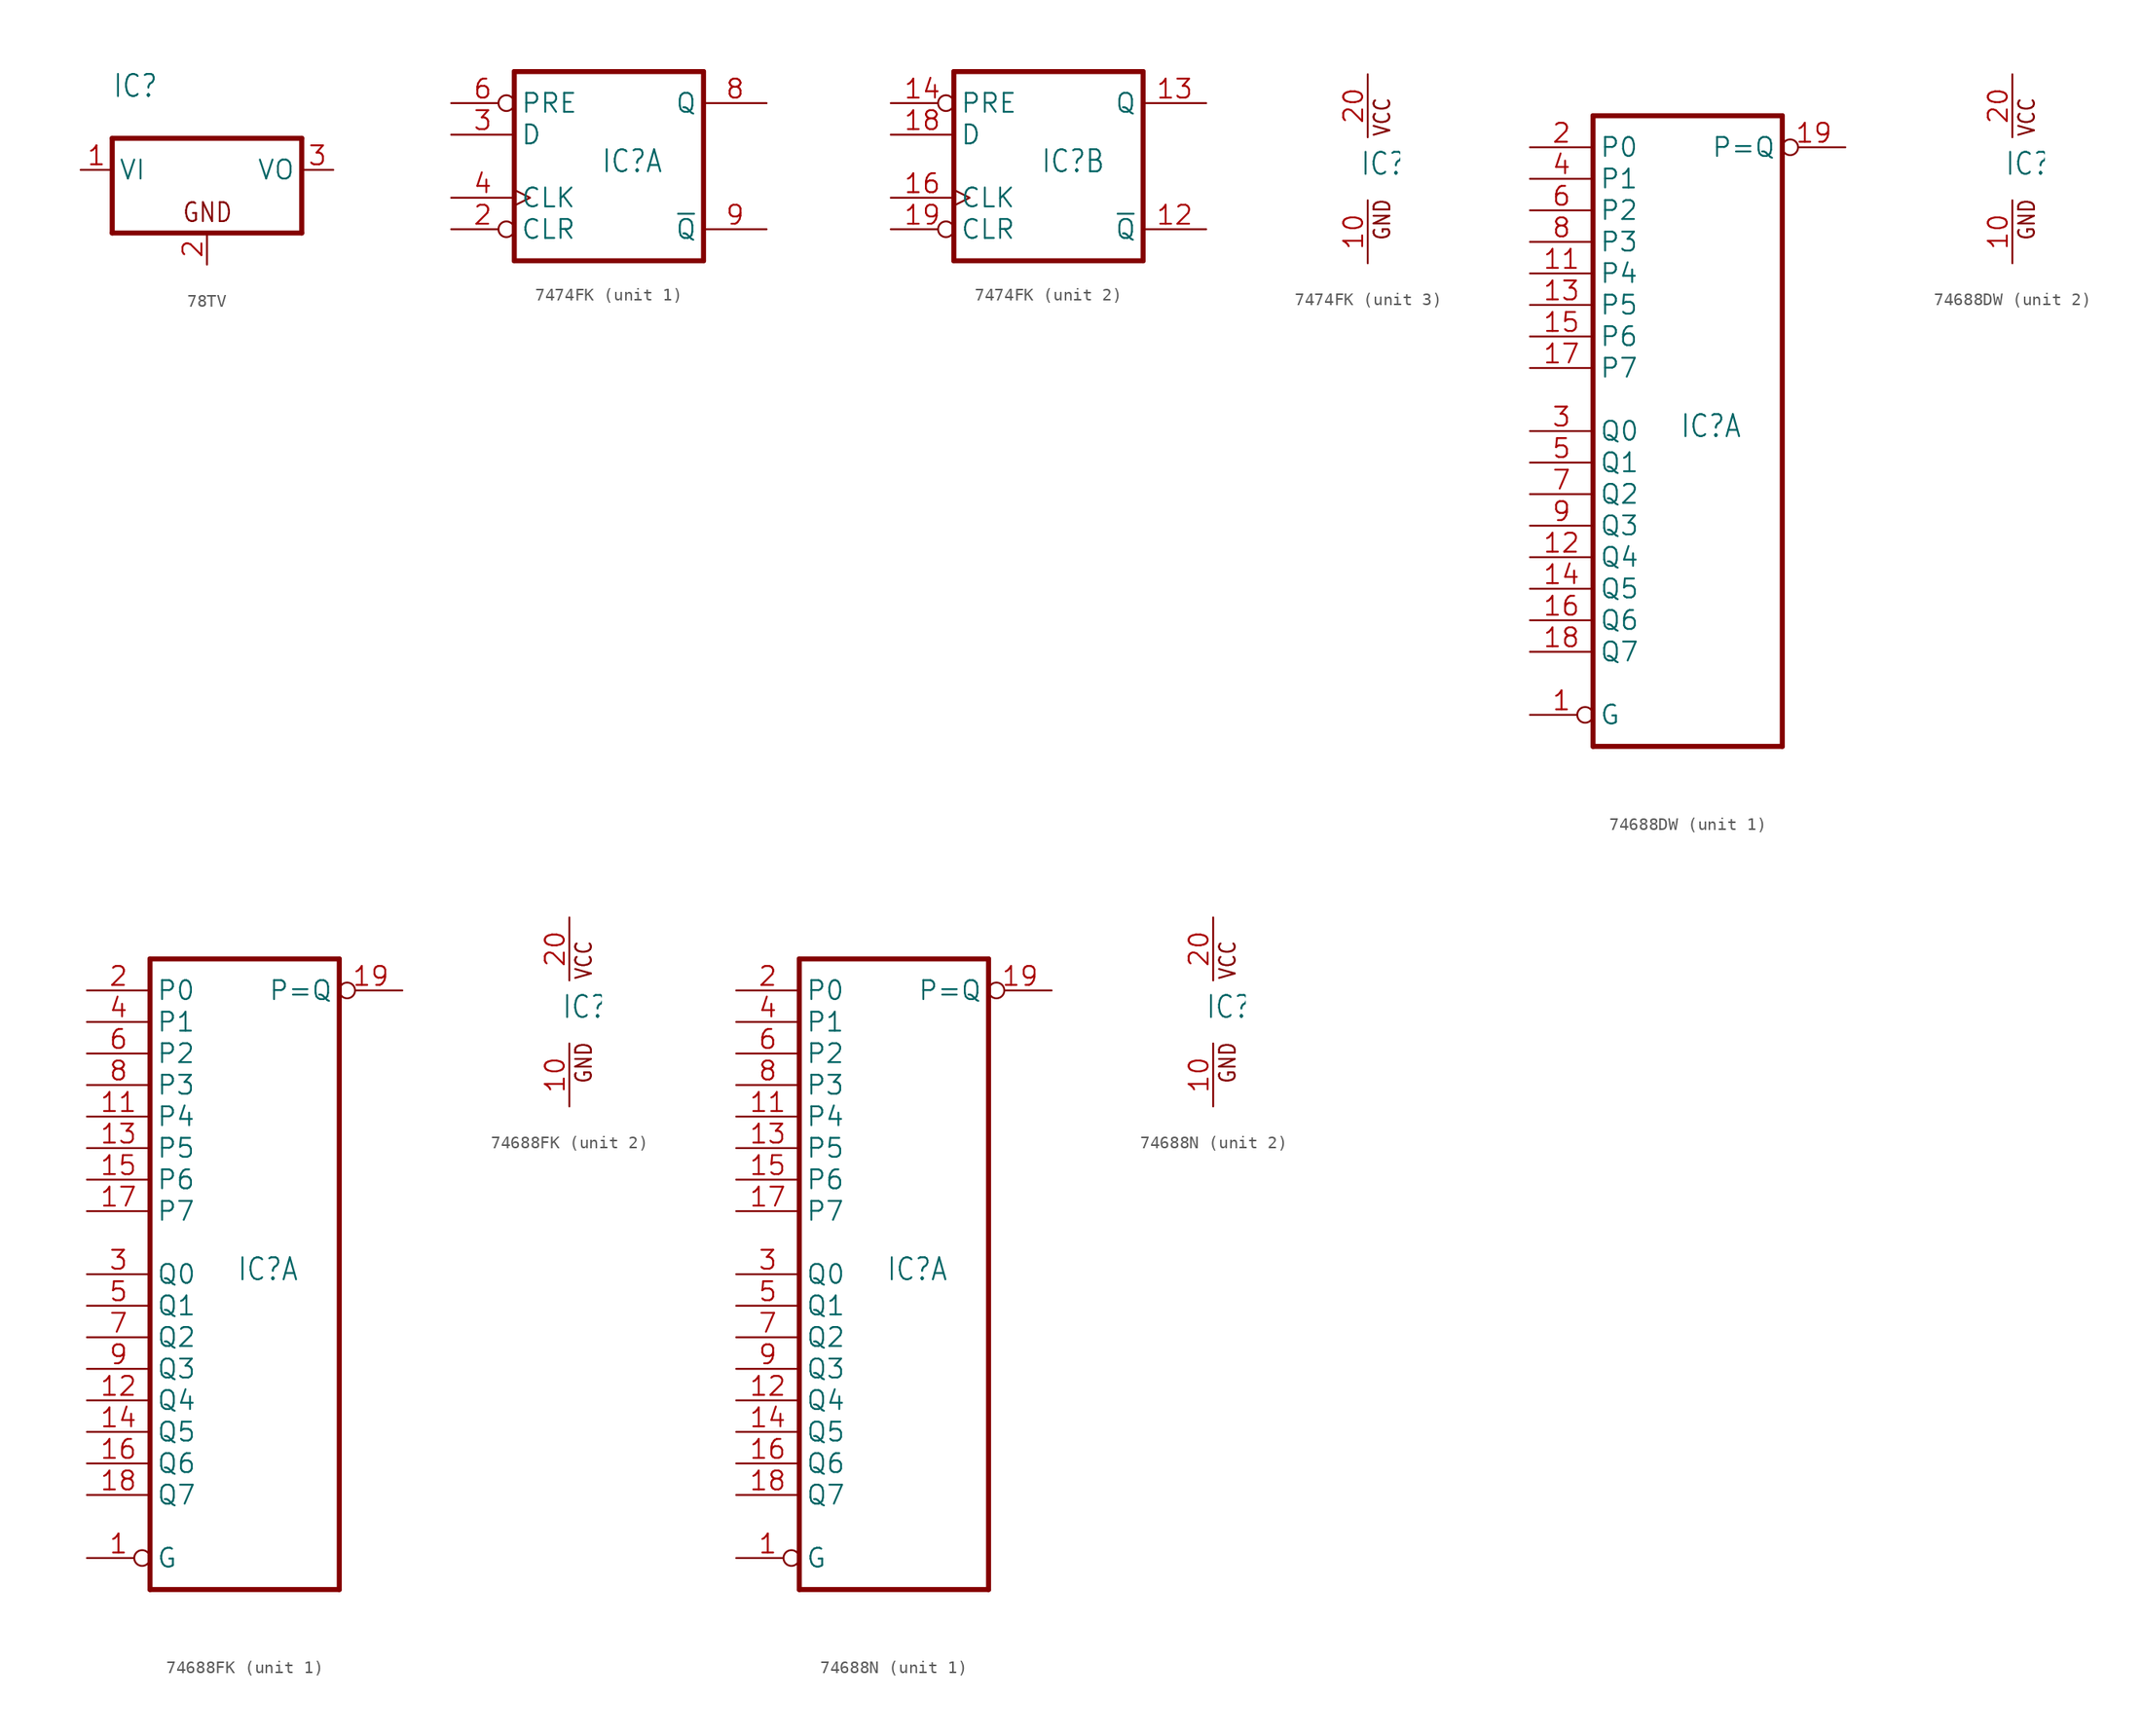
<source format=kicad_sym>
(kicad_symbol_lib
  (version 20241209)
  (generator "kicad_symbol_editor")
  (generator_version "9.0")
  (symbol "78TV"
    (property "Reference" "IC"
      (at -7.62 5.715 0)
      (effects (font (size 1.778 1.511)) (justify left bottom)))
    (property "Value" ""
      (at -7.62 3.175 0)
      (effects (font (size 1.778 1.511)) (justify left bottom)))
    (property "ki_locked" ""
      (at 0 0 0)
      (effects (font (size 1.27 1.27))))
    (symbol "78TV_1_0"
      (polyline (pts (xy -7.62 2.54) (xy -7.62 -5.08)) (stroke (width 0.406) (type solid)) (fill (type none)))
      (polyline (pts (xy -7.62 -5.08) (xy 7.62 -5.08)) (stroke (width 0.406) (type solid)) (fill (type none)))
      (polyline (pts (xy 7.62 2.54) (xy -7.62 2.54)) (stroke (width 0.406) (type solid)) (fill (type none)))
      (polyline (pts (xy 7.62 -5.08) (xy 7.62 2.54)) (stroke (width 0.406) (type solid)) (fill (type none)))
      (text "GND" (at -2.032 -4.318 0) (effects (font (size 1.524 1.295)) (justify left bottom)))
      (pin input line (at -10.16 0 0) (length 2.54) (name "VI" (effects (font (size 1.524 1.524)))) (number "1" (effects (font (size 1.524 1.524)))))
      (pin passive line (at 0 -7.62 90) (length 2.54) (name "GND" (effects (font (size 0 0)))) (number "2" (effects (font (size 1.524 1.524)))))
      (pin passive line (at 10.16 0 180) (length 2.54) (name "VO" (effects (font (size 1.524 1.524)))) (number "3" (effects (font (size 1.524 1.524)))))))
  (symbol "7474FK"
    (property "Reference" "IC"
      (at -0.635 -0.635 0)
      (effects (font (size 1.778 1.511)) (justify left bottom)))
    (property "ki_locked" ""
      (at 0 0 0)
      (effects (font (size 1.27 1.27))))
    (symbol "7474FK_1_0"
      (polyline (pts (xy -7.62 7.62) (xy -7.62 -7.62)) (stroke (width 0.406) (type solid)) (fill (type none)))
      (polyline (pts (xy -7.62 -7.62) (xy 7.62 -7.62)) (stroke (width 0.406) (type solid)) (fill (type none)))
      (polyline (pts (xy 7.62 7.62) (xy -7.62 7.62)) (stroke (width 0.406) (type solid)) (fill (type none)))
      (polyline (pts (xy 7.62 -7.62) (xy 7.62 7.62)) (stroke (width 0.406) (type solid)) (fill (type none)))
      (pin input inverted (at -12.7 5.08 0) (length 5.08) (name "PRE" (effects (font (size 1.524 1.524)))) (number "6" (effects (font (size 1.524 1.524)))))
      (pin input line (at -12.7 2.54 0) (length 5.08) (name "D" (effects (font (size 1.524 1.524)))) (number "3" (effects (font (size 1.524 1.524)))))
      (pin input clock (at -12.7 -2.54 0) (length 5.08) (name "CLK" (effects (font (size 1.524 1.524)))) (number "4" (effects (font (size 1.524 1.524)))))
      (pin input inverted (at -12.7 -5.08 0) (length 5.08) (name "CLR" (effects (font (size 1.524 1.524)))) (number "2" (effects (font (size 1.524 1.524)))))
      (pin output line (at 12.7 5.08 180) (length 5.08) (name "Q" (effects (font (size 1.524 1.524)))) (number "8" (effects (font (size 1.524 1.524)))))
      (pin output line (at 12.7 -5.08 180) (length 5.08) (name "~{Q}" (effects (font (size 1.524 1.524)))) (number "9" (effects (font (size 1.524 1.524))))))
    (symbol "7474FK_2_0"
      (polyline (pts (xy -7.62 7.62) (xy -7.62 -7.62)) (stroke (width 0.406) (type solid)) (fill (type none)))
      (polyline (pts (xy -7.62 -7.62) (xy 7.62 -7.62)) (stroke (width 0.406) (type solid)) (fill (type none)))
      (polyline (pts (xy 7.62 7.62) (xy -7.62 7.62)) (stroke (width 0.406) (type solid)) (fill (type none)))
      (polyline (pts (xy 7.62 -7.62) (xy 7.62 7.62)) (stroke (width 0.406) (type solid)) (fill (type none)))
      (pin input inverted (at -12.7 5.08 0) (length 5.08) (name "PRE" (effects (font (size 1.524 1.524)))) (number "14" (effects (font (size 1.524 1.524)))))
      (pin input line (at -12.7 2.54 0) (length 5.08) (name "D" (effects (font (size 1.524 1.524)))) (number "18" (effects (font (size 1.524 1.524)))))
      (pin input clock (at -12.7 -2.54 0) (length 5.08) (name "CLK" (effects (font (size 1.524 1.524)))) (number "16" (effects (font (size 1.524 1.524)))))
      (pin input inverted (at -12.7 -5.08 0) (length 5.08) (name "CLR" (effects (font (size 1.524 1.524)))) (number "19" (effects (font (size 1.524 1.524)))))
      (pin output line (at 12.7 5.08 180) (length 5.08) (name "Q" (effects (font (size 1.524 1.524)))) (number "13" (effects (font (size 1.524 1.524)))))
      (pin output line (at 12.7 -5.08 180) (length 5.08) (name "~{Q}" (effects (font (size 1.524 1.524)))) (number "12" (effects (font (size 1.524 1.524))))))
    (symbol "7474FK_3_0"
      (text "VCC" (at 1.905 2.54 900) (effects (font (size 1.27 1.079)) (justify left bottom)))
      (text "GND" (at 1.905 -5.842 900) (effects (font (size 1.27 1.079)) (justify left bottom)))
      (pin power_in line (at 0 7.62 270) (length 5.08) (name "VCC" (effects (font (size 0 0)))) (number "20" (effects (font (size 1.524 1.524)))))
      (pin power_in line (at 0 -7.62 90) (length 5.08) (name "GND" (effects (font (size 0 0)))) (number "10" (effects (font (size 1.524 1.524)))))))
  (symbol "74688DW"
    (property "Reference" "IC"
      (at -0.635 -0.635 0)
      (effects (font (size 1.778 1.511)) (justify left bottom)))
    (property "ki_locked" ""
      (at 0 0 0)
      (effects (font (size 1.27 1.27))))
    (symbol "74688DW_1_0"
      (polyline (pts (xy -7.62 25.4) (xy -7.62 -25.4)) (stroke (width 0.406) (type solid)) (fill (type none)))
      (polyline (pts (xy -7.62 -25.4) (xy 7.62 -25.4)) (stroke (width 0.406) (type solid)) (fill (type none)))
      (polyline (pts (xy 7.62 25.4) (xy -7.62 25.4)) (stroke (width 0.406) (type solid)) (fill (type none)))
      (polyline (pts (xy 7.62 -25.4) (xy 7.62 25.4)) (stroke (width 0.406) (type solid)) (fill (type none)))
      (pin input line (at -12.7 22.86 0) (length 5.08) (name "P0" (effects (font (size 1.524 1.524)))) (number "2" (effects (font (size 1.524 1.524)))))
      (pin input line (at -12.7 20.32 0) (length 5.08) (name "P1" (effects (font (size 1.524 1.524)))) (number "4" (effects (font (size 1.524 1.524)))))
      (pin input line (at -12.7 17.78 0) (length 5.08) (name "P2" (effects (font (size 1.524 1.524)))) (number "6" (effects (font (size 1.524 1.524)))))
      (pin input line (at -12.7 15.24 0) (length 5.08) (name "P3" (effects (font (size 1.524 1.524)))) (number "8" (effects (font (size 1.524 1.524)))))
      (pin input line (at -12.7 12.7 0) (length 5.08) (name "P4" (effects (font (size 1.524 1.524)))) (number "11" (effects (font (size 1.524 1.524)))))
      (pin input line (at -12.7 10.16 0) (length 5.08) (name "P5" (effects (font (size 1.524 1.524)))) (number "13" (effects (font (size 1.524 1.524)))))
      (pin input line (at -12.7 7.62 0) (length 5.08) (name "P6" (effects (font (size 1.524 1.524)))) (number "15" (effects (font (size 1.524 1.524)))))
      (pin input line (at -12.7 5.08 0) (length 5.08) (name "P7" (effects (font (size 1.524 1.524)))) (number "17" (effects (font (size 1.524 1.524)))))
      (pin input line (at -12.7 0 0) (length 5.08) (name "Q0" (effects (font (size 1.524 1.524)))) (number "3" (effects (font (size 1.524 1.524)))))
      (pin input line (at -12.7 -2.54 0) (length 5.08) (name "Q1" (effects (font (size 1.524 1.524)))) (number "5" (effects (font (size 1.524 1.524)))))
      (pin input line (at -12.7 -5.08 0) (length 5.08) (name "Q2" (effects (font (size 1.524 1.524)))) (number "7" (effects (font (size 1.524 1.524)))))
      (pin input line (at -12.7 -7.62 0) (length 5.08) (name "Q3" (effects (font (size 1.524 1.524)))) (number "9" (effects (font (size 1.524 1.524)))))
      (pin input line (at -12.7 -10.16 0) (length 5.08) (name "Q4" (effects (font (size 1.524 1.524)))) (number "12" (effects (font (size 1.524 1.524)))))
      (pin input line (at -12.7 -12.7 0) (length 5.08) (name "Q5" (effects (font (size 1.524 1.524)))) (number "14" (effects (font (size 1.524 1.524)))))
      (pin input line (at -12.7 -15.24 0) (length 5.08) (name "Q6" (effects (font (size 1.524 1.524)))) (number "16" (effects (font (size 1.524 1.524)))))
      (pin input line (at -12.7 -17.78 0) (length 5.08) (name "Q7" (effects (font (size 1.524 1.524)))) (number "18" (effects (font (size 1.524 1.524)))))
      (pin input inverted (at -12.7 -22.86 0) (length 5.08) (name "G" (effects (font (size 1.524 1.524)))) (number "1" (effects (font (size 1.524 1.524)))))
      (pin output inverted (at 12.7 22.86 180) (length 5.08) (name "P=Q" (effects (font (size 1.524 1.524)))) (number "19" (effects (font (size 1.524 1.524))))))
    (symbol "74688DW_2_0"
      (text "VCC" (at 1.905 2.54 900) (effects (font (size 1.27 1.079)) (justify left bottom)))
      (text "GND" (at 1.905 -5.842 900) (effects (font (size 1.27 1.079)) (justify left bottom)))
      (pin power_in line (at 0 7.62 270) (length 5.08) (name "VCC" (effects (font (size 0 0)))) (number "20" (effects (font (size 1.524 1.524)))))
      (pin power_in line (at 0 -7.62 90) (length 5.08) (name "GND" (effects (font (size 0 0)))) (number "10" (effects (font (size 1.524 1.524)))))))
  (symbol "74688FK"
    (property "Reference" "IC"
      (at -0.635 -0.635 0)
      (effects (font (size 1.778 1.511)) (justify left bottom)))
    (property "ki_locked" ""
      (at 0 0 0)
      (effects (font (size 1.27 1.27))))
    (symbol "74688FK_1_0"
      (polyline (pts (xy -7.62 25.4) (xy -7.62 -25.4)) (stroke (width 0.406) (type solid)) (fill (type none)))
      (polyline (pts (xy -7.62 -25.4) (xy 7.62 -25.4)) (stroke (width 0.406) (type solid)) (fill (type none)))
      (polyline (pts (xy 7.62 25.4) (xy -7.62 25.4)) (stroke (width 0.406) (type solid)) (fill (type none)))
      (polyline (pts (xy 7.62 -25.4) (xy 7.62 25.4)) (stroke (width 0.406) (type solid)) (fill (type none)))
      (pin input line (at -12.7 22.86 0) (length 5.08) (name "P0" (effects (font (size 1.524 1.524)))) (number "2" (effects (font (size 1.524 1.524)))))
      (pin input line (at -12.7 20.32 0) (length 5.08) (name "P1" (effects (font (size 1.524 1.524)))) (number "4" (effects (font (size 1.524 1.524)))))
      (pin input line (at -12.7 17.78 0) (length 5.08) (name "P2" (effects (font (size 1.524 1.524)))) (number "6" (effects (font (size 1.524 1.524)))))
      (pin input line (at -12.7 15.24 0) (length 5.08) (name "P3" (effects (font (size 1.524 1.524)))) (number "8" (effects (font (size 1.524 1.524)))))
      (pin input line (at -12.7 12.7 0) (length 5.08) (name "P4" (effects (font (size 1.524 1.524)))) (number "11" (effects (font (size 1.524 1.524)))))
      (pin input line (at -12.7 10.16 0) (length 5.08) (name "P5" (effects (font (size 1.524 1.524)))) (number "13" (effects (font (size 1.524 1.524)))))
      (pin input line (at -12.7 7.62 0) (length 5.08) (name "P6" (effects (font (size 1.524 1.524)))) (number "15" (effects (font (size 1.524 1.524)))))
      (pin input line (at -12.7 5.08 0) (length 5.08) (name "P7" (effects (font (size 1.524 1.524)))) (number "17" (effects (font (size 1.524 1.524)))))
      (pin input line (at -12.7 0 0) (length 5.08) (name "Q0" (effects (font (size 1.524 1.524)))) (number "3" (effects (font (size 1.524 1.524)))))
      (pin input line (at -12.7 -2.54 0) (length 5.08) (name "Q1" (effects (font (size 1.524 1.524)))) (number "5" (effects (font (size 1.524 1.524)))))
      (pin input line (at -12.7 -5.08 0) (length 5.08) (name "Q2" (effects (font (size 1.524 1.524)))) (number "7" (effects (font (size 1.524 1.524)))))
      (pin input line (at -12.7 -7.62 0) (length 5.08) (name "Q3" (effects (font (size 1.524 1.524)))) (number "9" (effects (font (size 1.524 1.524)))))
      (pin input line (at -12.7 -10.16 0) (length 5.08) (name "Q4" (effects (font (size 1.524 1.524)))) (number "12" (effects (font (size 1.524 1.524)))))
      (pin input line (at -12.7 -12.7 0) (length 5.08) (name "Q5" (effects (font (size 1.524 1.524)))) (number "14" (effects (font (size 1.524 1.524)))))
      (pin input line (at -12.7 -15.24 0) (length 5.08) (name "Q6" (effects (font (size 1.524 1.524)))) (number "16" (effects (font (size 1.524 1.524)))))
      (pin input line (at -12.7 -17.78 0) (length 5.08) (name "Q7" (effects (font (size 1.524 1.524)))) (number "18" (effects (font (size 1.524 1.524)))))
      (pin input inverted (at -12.7 -22.86 0) (length 5.08) (name "G" (effects (font (size 1.524 1.524)))) (number "1" (effects (font (size 1.524 1.524)))))
      (pin output inverted (at 12.7 22.86 180) (length 5.08) (name "P=Q" (effects (font (size 1.524 1.524)))) (number "19" (effects (font (size 1.524 1.524))))))
    (symbol "74688FK_2_0"
      (text "VCC" (at 1.905 2.54 900) (effects (font (size 1.27 1.079)) (justify left bottom)))
      (text "GND" (at 1.905 -5.842 900) (effects (font (size 1.27 1.079)) (justify left bottom)))
      (pin power_in line (at 0 7.62 270) (length 5.08) (name "VCC" (effects (font (size 0 0)))) (number "20" (effects (font (size 1.524 1.524)))))
      (pin power_in line (at 0 -7.62 90) (length 5.08) (name "GND" (effects (font (size 0 0)))) (number "10" (effects (font (size 1.524 1.524)))))))
  (symbol "74688N"
    (property "Reference" "IC"
      (at -0.635 -0.635 0)
      (effects (font (size 1.778 1.511)) (justify left bottom)))
    (property "ki_locked" ""
      (at 0 0 0)
      (effects (font (size 1.27 1.27))))
    (symbol "74688N_1_0"
      (polyline (pts (xy -7.62 25.4) (xy -7.62 -25.4)) (stroke (width 0.406) (type solid)) (fill (type none)))
      (polyline (pts (xy -7.62 -25.4) (xy 7.62 -25.4)) (stroke (width 0.406) (type solid)) (fill (type none)))
      (polyline (pts (xy 7.62 25.4) (xy -7.62 25.4)) (stroke (width 0.406) (type solid)) (fill (type none)))
      (polyline (pts (xy 7.62 -25.4) (xy 7.62 25.4)) (stroke (width 0.406) (type solid)) (fill (type none)))
      (pin input line (at -12.7 22.86 0) (length 5.08) (name "P0" (effects (font (size 1.524 1.524)))) (number "2" (effects (font (size 1.524 1.524)))))
      (pin input line (at -12.7 20.32 0) (length 5.08) (name "P1" (effects (font (size 1.524 1.524)))) (number "4" (effects (font (size 1.524 1.524)))))
      (pin input line (at -12.7 17.78 0) (length 5.08) (name "P2" (effects (font (size 1.524 1.524)))) (number "6" (effects (font (size 1.524 1.524)))))
      (pin input line (at -12.7 15.24 0) (length 5.08) (name "P3" (effects (font (size 1.524 1.524)))) (number "8" (effects (font (size 1.524 1.524)))))
      (pin input line (at -12.7 12.7 0) (length 5.08) (name "P4" (effects (font (size 1.524 1.524)))) (number "11" (effects (font (size 1.524 1.524)))))
      (pin input line (at -12.7 10.16 0) (length 5.08) (name "P5" (effects (font (size 1.524 1.524)))) (number "13" (effects (font (size 1.524 1.524)))))
      (pin input line (at -12.7 7.62 0) (length 5.08) (name "P6" (effects (font (size 1.524 1.524)))) (number "15" (effects (font (size 1.524 1.524)))))
      (pin input line (at -12.7 5.08 0) (length 5.08) (name "P7" (effects (font (size 1.524 1.524)))) (number "17" (effects (font (size 1.524 1.524)))))
      (pin input line (at -12.7 0 0) (length 5.08) (name "Q0" (effects (font (size 1.524 1.524)))) (number "3" (effects (font (size 1.524 1.524)))))
      (pin input line (at -12.7 -2.54 0) (length 5.08) (name "Q1" (effects (font (size 1.524 1.524)))) (number "5" (effects (font (size 1.524 1.524)))))
      (pin input line (at -12.7 -5.08 0) (length 5.08) (name "Q2" (effects (font (size 1.524 1.524)))) (number "7" (effects (font (size 1.524 1.524)))))
      (pin input line (at -12.7 -7.62 0) (length 5.08) (name "Q3" (effects (font (size 1.524 1.524)))) (number "9" (effects (font (size 1.524 1.524)))))
      (pin input line (at -12.7 -10.16 0) (length 5.08) (name "Q4" (effects (font (size 1.524 1.524)))) (number "12" (effects (font (size 1.524 1.524)))))
      (pin input line (at -12.7 -12.7 0) (length 5.08) (name "Q5" (effects (font (size 1.524 1.524)))) (number "14" (effects (font (size 1.524 1.524)))))
      (pin input line (at -12.7 -15.24 0) (length 5.08) (name "Q6" (effects (font (size 1.524 1.524)))) (number "16" (effects (font (size 1.524 1.524)))))
      (pin input line (at -12.7 -17.78 0) (length 5.08) (name "Q7" (effects (font (size 1.524 1.524)))) (number "18" (effects (font (size 1.524 1.524)))))
      (pin input inverted (at -12.7 -22.86 0) (length 5.08) (name "G" (effects (font (size 1.524 1.524)))) (number "1" (effects (font (size 1.524 1.524)))))
      (pin output inverted (at 12.7 22.86 180) (length 5.08) (name "P=Q" (effects (font (size 1.524 1.524)))) (number "19" (effects (font (size 1.524 1.524))))))
    (symbol "74688N_2_0"
      (text "VCC" (at 1.905 2.54 900) (effects (font (size 1.27 1.079)) (justify left bottom)))
      (text "GND" (at 1.905 -5.842 900) (effects (font (size 1.27 1.079)) (justify left bottom)))
      (pin power_in line (at 0 7.62 270) (length 5.08) (name "VCC" (effects (font (size 0 0)))) (number "20" (effects (font (size 1.524 1.524)))))
      (pin power_in line (at 0 -7.62 90) (length 5.08) (name "GND" (effects (font (size 0 0)))) (number "10" (effects (font (size 1.524 1.524))))))))
</source>
